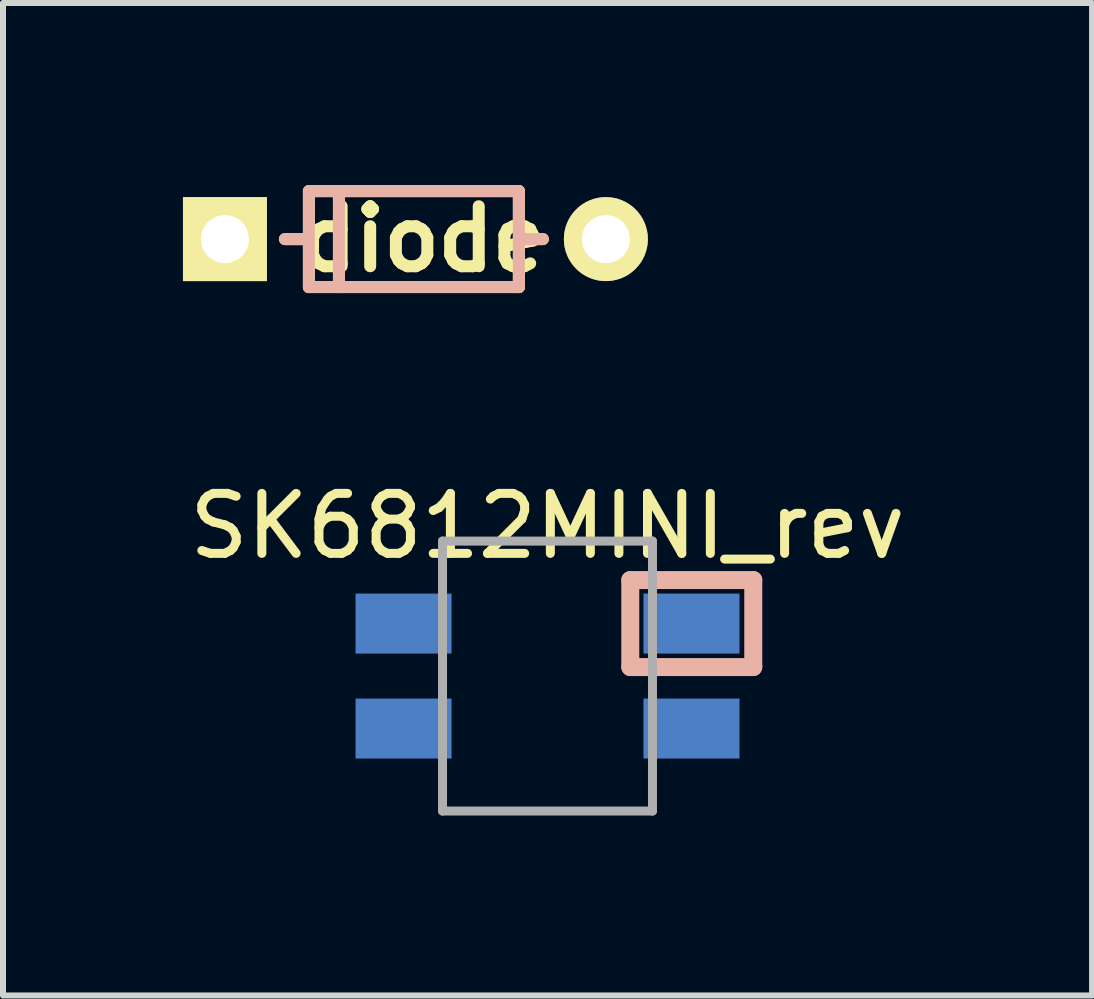
<source format=kicad_pcb>
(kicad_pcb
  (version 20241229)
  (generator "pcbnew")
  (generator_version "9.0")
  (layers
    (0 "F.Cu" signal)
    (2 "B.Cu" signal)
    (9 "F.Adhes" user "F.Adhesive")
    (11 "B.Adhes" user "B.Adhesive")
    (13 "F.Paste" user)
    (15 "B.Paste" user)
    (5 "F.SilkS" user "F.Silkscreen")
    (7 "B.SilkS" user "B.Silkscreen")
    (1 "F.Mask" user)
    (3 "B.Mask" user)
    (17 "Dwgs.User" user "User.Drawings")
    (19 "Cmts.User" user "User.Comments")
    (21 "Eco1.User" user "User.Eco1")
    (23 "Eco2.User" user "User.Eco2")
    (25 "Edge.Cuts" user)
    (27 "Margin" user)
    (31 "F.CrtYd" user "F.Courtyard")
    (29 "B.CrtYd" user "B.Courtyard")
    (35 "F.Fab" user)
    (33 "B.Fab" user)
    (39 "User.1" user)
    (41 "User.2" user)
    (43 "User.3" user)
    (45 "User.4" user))
  (footprint "diode"
    (layer "F.Cu")
    (at 0.7 0.936)
    (property "Reference" "diode" (at 3.302 0 0) (layer "F.SilkS") (effects (font (size 1 1) (thickness 0.2))))
    (attr through_hole)
    (fp_line (start 1.4 -0.8) (end 4.9 -0.8) (stroke (width 0.2) (type solid)) (layer "F.SilkS"))
    (fp_line (start 1.4 0) (end 1 0) (stroke (width 0.2) (type solid)) (layer "F.SilkS"))
    (fp_line (start 1.4 0.8) (end 1.4 -0.8) (stroke (width 0.2) (type solid)) (layer "F.SilkS"))
    (fp_line (start 1.9 -0.8) (end 1.9 0.8) (stroke (width 0.2) (type solid)) (layer "F.SilkS"))
    (fp_line (start 4.9 -0.8) (end 4.9 0.8) (stroke (width 0.2) (type solid)) (layer "F.SilkS"))
    (fp_line (start 4.9 0) (end 5.3 0) (stroke (width 0.2) (type solid)) (layer "F.SilkS"))
    (fp_line (start 4.9 0.8) (end 1.4 0.8) (stroke (width 0.2) (type solid)) (layer "F.SilkS"))
    (fp_line (start 1.399 -0.8) (end 1.399 0.8) (stroke (width 0.2) (type solid)) (layer "B.SilkS"))
    (fp_line (start 1.399 0) (end 0.999 0) (stroke (width 0.2) (type solid)) (layer "B.SilkS"))
    (fp_line (start 1.399 0.8) (end 4.899 0.8) (stroke (width 0.2) (type solid)) (layer "B.SilkS"))
    (fp_line (start 1.9 -0.8) (end 1.9 0.8) (stroke (width 0.2) (type solid)) (layer "B.SilkS"))
    (fp_line (start 4.899 -0.8) (end 1.399 -0.8) (stroke (width 0.2) (type solid)) (layer "B.SilkS"))
    (fp_line (start 4.899 0) (end 5.299 0) (stroke (width 0.2) (type solid)) (layer "B.SilkS"))
    (fp_line (start 4.899 0.8) (end 4.899 -0.8) (stroke (width 0.2) (type solid)) (layer "B.SilkS"))
    (pad "1" thru_hole rect (at 0 0) (size 1.4 1.4) (drill 0.8) (layers "*.Cu" "*.Mask" "F.SilkS"))
    (pad "2" thru_hole circle (at 6.35 0) (size 1.4 1.4) (drill 0.8) (layers "*.Cu" "*.Mask" "F.SilkS")))
  (footprint "SK6812MINI_rev"
    (layer "F.Cu")
    (at 6.077 8.22)
    (property "Reference" "SK6812MINI_rev" (at 0 -2.5 0) (layer "F.SilkS") (effects (font (size 1 1) (thickness 0.15))))
    (attr through_hole)
    (fp_line (start 1.38 -1.6) (end 3.43 -1.6) (stroke (width 0.3) (type solid)) (layer "B.SilkS"))
    (fp_line (start 1.38 -0.15) (end 1.38 -1.6) (stroke (width 0.3) (type solid)) (layer "B.SilkS"))
    (fp_line (start 3.43 -1.6) (end 3.43 -0.15) (stroke (width 0.3) (type solid)) (layer "B.SilkS"))
    (fp_line (start 3.43 -0.15) (end 1.38 -0.15) (stroke (width 0.3) (type solid)) (layer "B.SilkS"))
    (fp_line (start -1.75 -2.25) (end -1.75 2.25) (stroke (width 0.15) (type solid)) (layer "F.Fab"))
    (fp_line (start -1.75 -2.25) (end 1.75 -2.25) (stroke (width 0.15) (type solid)) (layer "F.Fab"))
    (fp_line (start 1.75 -2.25) (end 1.75 2.25) (stroke (width 0.15) (type solid)) (layer "F.Fab"))
    (fp_line (start 1.75 2.25) (end -1.75 2.25) (stroke (width 0.15) (type solid)) (layer "F.Fab"))
    (pad "1" smd rect (at -2.4 -0.875) (size 1.6 1) (layers "B.Cu" "B.Mask" "B.Paste"))
    (pad "2" smd rect (at -2.4 0.875) (size 1.6 1) (layers "B.Cu" "B.Mask" "B.Paste"))
    (pad "3" smd rect (at 2.4 0.875) (size 1.6 1) (layers "B.Cu" "B.Mask" "B.Paste"))
    (pad "4" smd rect (at 2.4 -0.875) (size 1.6 1) (layers "B.Cu" "B.Mask" "B.Paste")))
  (gr_rect
    (start -3 -3)
    (end 15.155 13.545)
    (stroke (width 0.1) (type default))
    (fill no)
    (layer "Edge.Cuts")))
</source>
